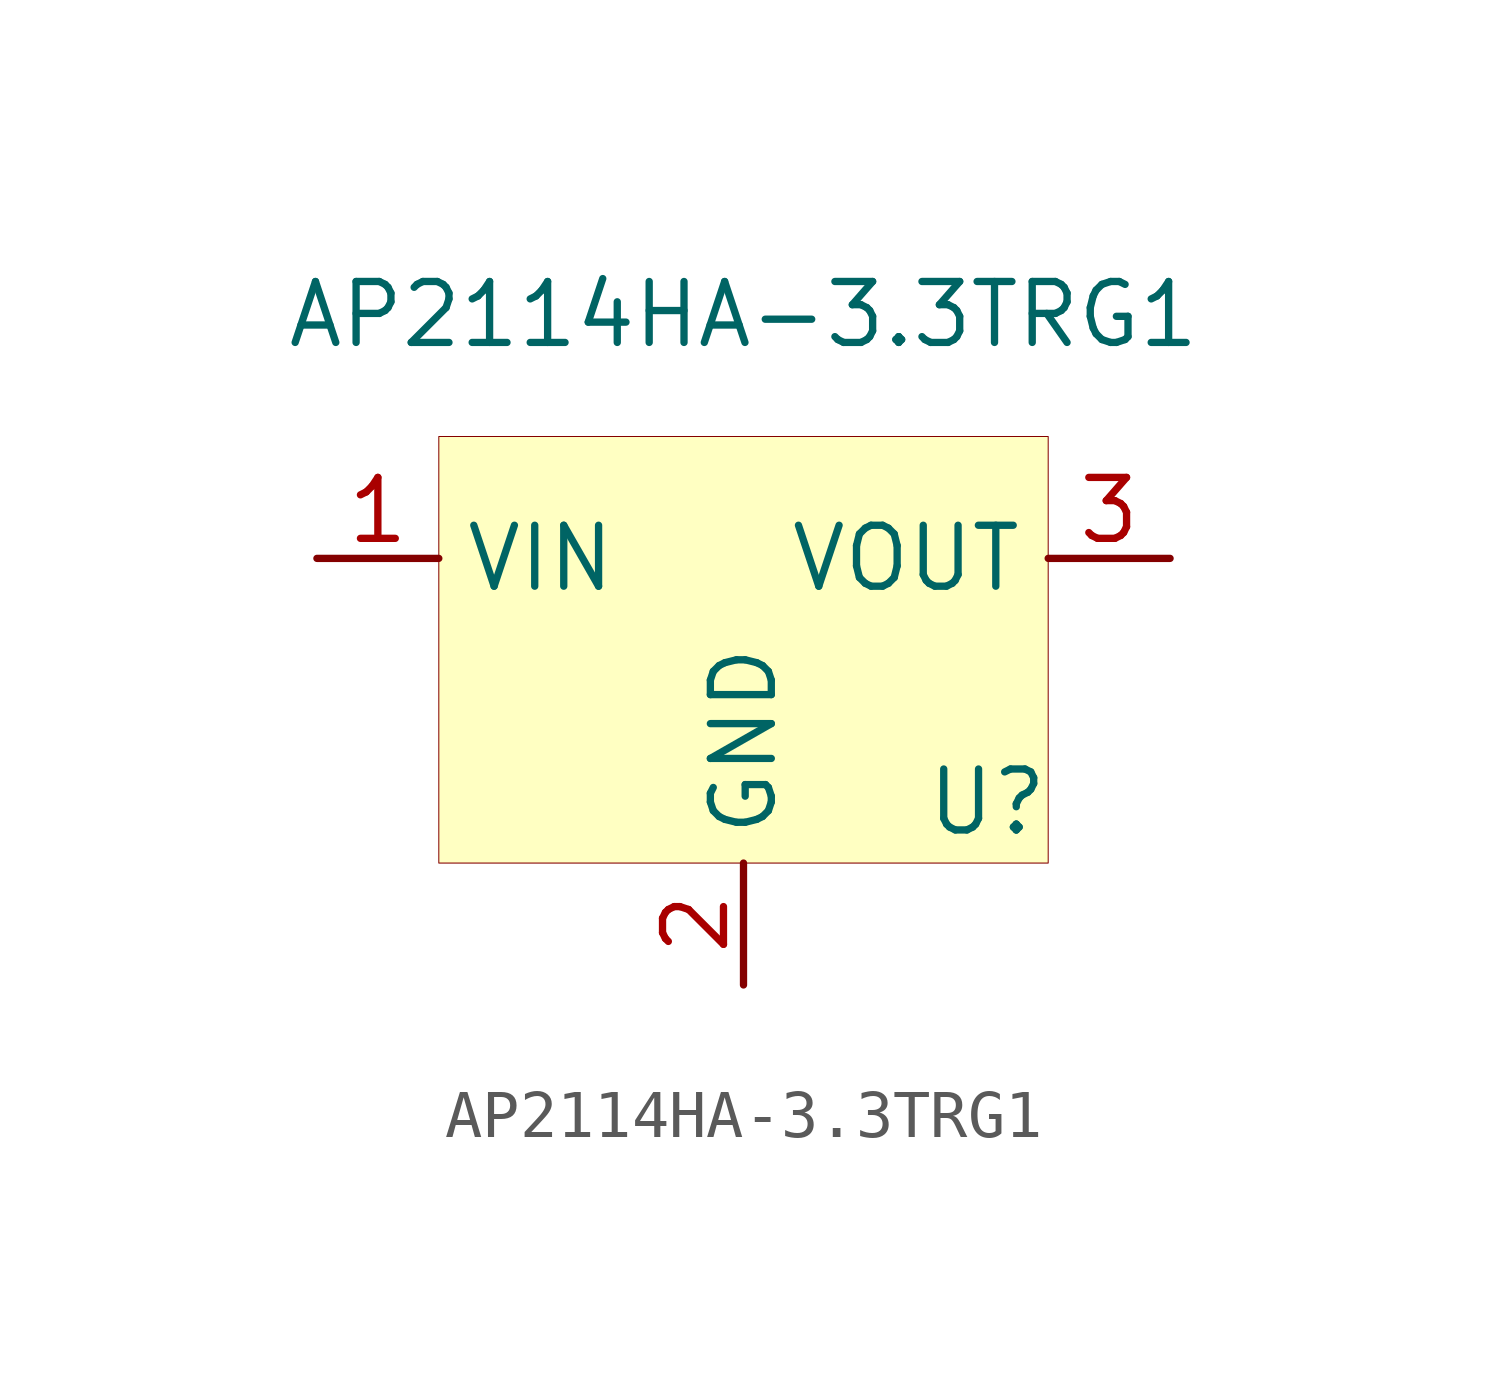
<source format=kicad_sym>
(kicad_symbol_lib
  (version 20201005)
  (generator kicad_symbol_editor)
  (symbol "Jmptable_Regulator_Linear:AP2114HA-3.3TRG1"
    (property "Reference" "U"
      (at 5.08 -5.08 0)
      (effects (font (size 1.27 1.27))))
    (property "Value" "AP2114HA-3.3TRG1"
      (at 0 5.08 0)
      (effects (font (size 1.27 1.27))))
    (symbol "AP2114HA-3.3TRG1_0_1"
      (rectangle (start -6.35 2.54) (end 6.35 -6.35) (stroke (width 0.001)) (fill (type background))))
    (symbol "AP2114HA-3.3TRG1_0_0"
      (pin power_in line (at -8.89 0 0) (length 2.54) (name "VIN" (effects (font (size 1.27 1.27)))) (number "1" (effects (font (size 1.27 1.27)))))
      (pin power_in line (at 0 -8.89 90) (length 2.54) (name "GND" (effects (font (size 1.27 1.27)))) (number "2" (effects (font (size 1.27 1.27)))))
      (pin power_out line (at 8.89 0 180) (length 2.54) (name "VOUT" (effects (font (size 1.27 1.27)))) (number "3" (effects (font (size 1.27 1.27)))))
      (pin power_in line (at 0 -8.89 90) (length 2.54) hide (name "GND" (effects (font (size 1.27 1.27)))) (number "4" (effects (font (size 1.27 1.27))))))))
</source>
